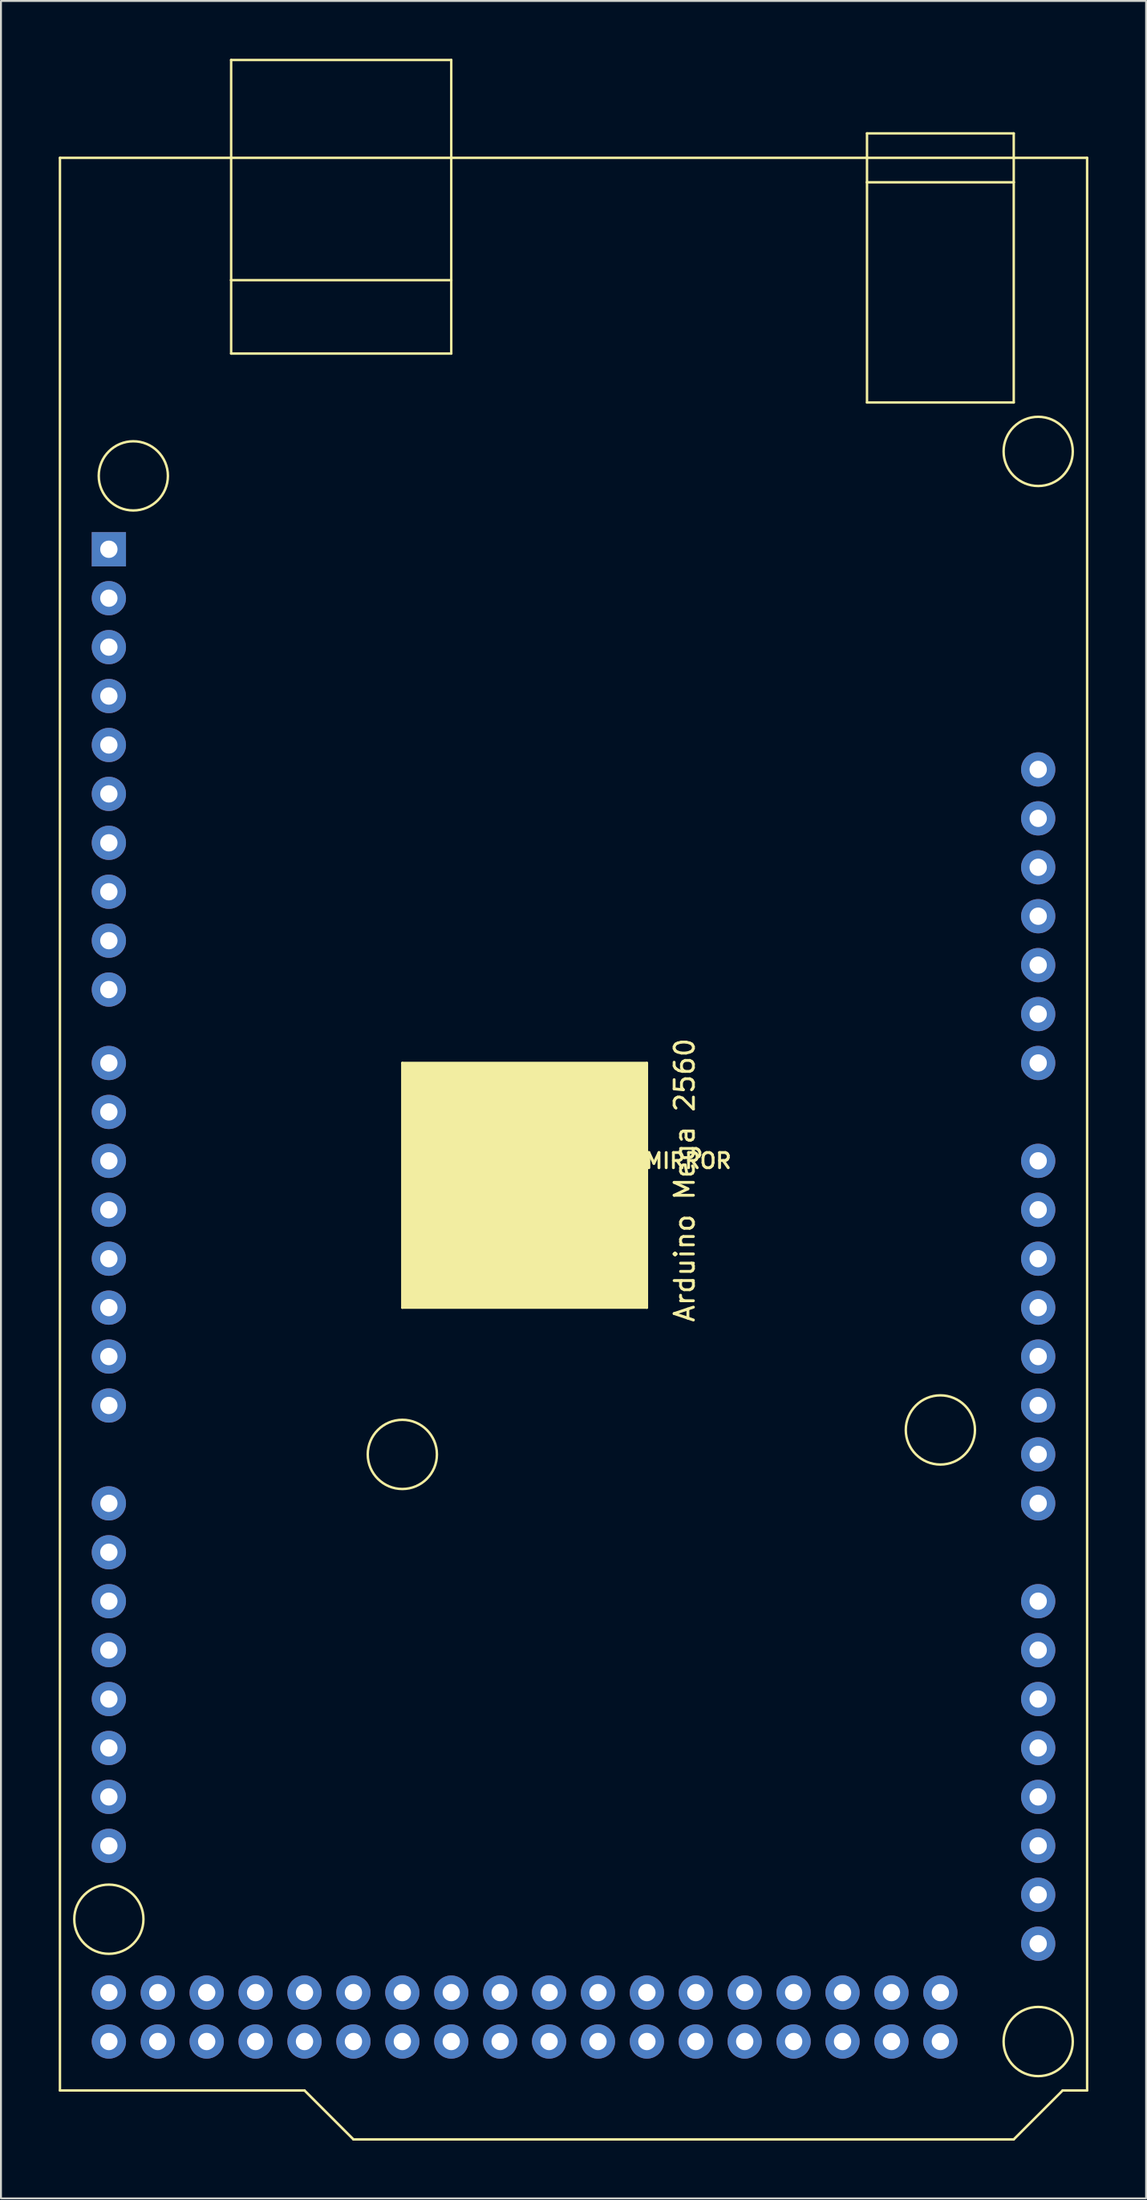
<source format=kicad_pcb>
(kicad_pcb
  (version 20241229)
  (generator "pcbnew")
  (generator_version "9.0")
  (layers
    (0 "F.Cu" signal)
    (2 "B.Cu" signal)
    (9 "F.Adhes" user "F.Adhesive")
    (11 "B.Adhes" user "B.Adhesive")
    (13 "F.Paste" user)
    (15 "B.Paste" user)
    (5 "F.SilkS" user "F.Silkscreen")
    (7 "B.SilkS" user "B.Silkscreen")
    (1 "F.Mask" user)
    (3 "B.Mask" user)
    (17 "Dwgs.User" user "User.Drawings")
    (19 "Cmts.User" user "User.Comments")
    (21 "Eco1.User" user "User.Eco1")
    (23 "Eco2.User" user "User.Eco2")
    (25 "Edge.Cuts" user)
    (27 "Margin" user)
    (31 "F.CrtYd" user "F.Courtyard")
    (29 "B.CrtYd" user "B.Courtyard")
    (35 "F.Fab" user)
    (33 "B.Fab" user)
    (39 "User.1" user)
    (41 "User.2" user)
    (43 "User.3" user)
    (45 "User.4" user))
  (footprint "ARDUINO_MEGA_MIRROR"
    (layer "F.Cu")
    (at 28.003 57.214)
    (property "Reference" "ARDUINO_MEGA_MIRROR" (at 0 0 0) (layer "F.SilkS") (effects (font (size 0.787 0.787) (thickness 0.15))))
    (attr through_hole)
    (fp_line (start -27.94 -52.07) (end -27.94 48.26) (stroke (width 0.127) (type solid)) (layer "F.SilkS"))
    (fp_line (start -27.94 -52.07) (end 25.4 -52.07) (stroke (width 0.127) (type solid)) (layer "F.SilkS"))
    (fp_line (start -27.94 48.26) (end -15.24 48.26) (stroke (width 0.127) (type solid)) (layer "F.SilkS"))
    (fp_line (start -19.05 -57.15) (end -7.62 -57.15) (stroke (width 0.127) (type solid)) (layer "F.SilkS"))
    (fp_line (start -19.05 -45.72) (end -19.05 -57.15) (stroke (width 0.127) (type solid)) (layer "F.SilkS"))
    (fp_line (start -19.05 -45.72) (end -7.62 -45.72) (stroke (width 0.127) (type solid)) (layer "F.SilkS"))
    (fp_line (start -19.05 -41.91) (end -19.05 -45.72) (stroke (width 0.127) (type solid)) (layer "F.SilkS"))
    (fp_line (start -15.24 48.26) (end -12.7 50.8) (stroke (width 0.127) (type solid)) (layer "F.SilkS"))
    (fp_line (start -12.7 50.8) (end 21.59 50.8) (stroke (width 0.127) (type solid)) (layer "F.SilkS"))
    (fp_line (start -10.16 -5.08) (end -10.16 7.62) (stroke (width 0.127) (type solid)) (layer "F.SilkS"))
    (fp_line (start -10.16 7.62) (end 2.54 7.62) (stroke (width 0.127) (type solid)) (layer "F.SilkS"))
    (fp_line (start -7.62 -57.15) (end -7.62 -45.72) (stroke (width 0.127) (type solid)) (layer "F.SilkS"))
    (fp_line (start -7.62 -45.72) (end -7.62 -41.91) (stroke (width 0.127) (type solid)) (layer "F.SilkS"))
    (fp_line (start -7.62 -41.91) (end -19.05 -41.91) (stroke (width 0.127) (type solid)) (layer "F.SilkS"))
    (fp_line (start 2.54 -5.08) (end -10.16 -5.08) (stroke (width 0.127) (type solid)) (layer "F.SilkS"))
    (fp_line (start 2.54 7.62) (end 2.54 -5.08) (stroke (width 0.127) (type solid)) (layer "F.SilkS"))
    (fp_line (start 13.97 -53.34) (end 21.59 -53.34) (stroke (width 0.127) (type solid)) (layer "F.SilkS"))
    (fp_line (start 13.97 -50.8) (end 13.97 -53.34) (stroke (width 0.127) (type solid)) (layer "F.SilkS"))
    (fp_line (start 13.97 -50.8) (end 21.59 -50.8) (stroke (width 0.127) (type solid)) (layer "F.SilkS"))
    (fp_line (start 13.97 -39.37) (end 13.97 -50.8) (stroke (width 0.127) (type solid)) (layer "F.SilkS"))
    (fp_line (start 21.59 -50.8) (end 21.59 -53.34) (stroke (width 0.127) (type solid)) (layer "F.SilkS"))
    (fp_line (start 21.59 -50.8) (end 21.59 -39.37) (stroke (width 0.127) (type solid)) (layer "F.SilkS"))
    (fp_line (start 21.59 -39.37) (end 13.97 -39.37) (stroke (width 0.127) (type solid)) (layer "F.SilkS"))
    (fp_line (start 24.13 48.26) (end 21.59 50.8) (stroke (width 0.127) (type solid)) (layer "F.SilkS"))
    (fp_line (start 25.4 -52.07) (end 25.4 48.26) (stroke (width 0.127) (type solid)) (layer "F.SilkS"))
    (fp_line (start 25.4 48.26) (end 24.13 48.26) (stroke (width 0.127) (type solid)) (layer "F.SilkS"))
    (fp_circle (center -25.4 39.37) (end -23.604 39.37) (stroke (width 0.127) (type solid)) (fill no) (layer "F.SilkS"))
    (fp_circle (center -24.13 -35.56) (end -22.334 -35.56) (stroke (width 0.127) (type solid)) (fill no) (layer "F.SilkS"))
    (fp_circle (center -10.16 15.24) (end -8.364 15.24) (stroke (width 0.127) (type solid)) (fill no) (layer "F.SilkS"))
    (fp_circle (center 17.78 13.97) (end 19.576 13.97) (stroke (width 0.127) (type solid)) (fill no) (layer "F.SilkS"))
    (fp_circle (center 22.86 -36.83) (end 24.656 -36.83) (stroke (width 0.127) (type solid)) (fill no) (layer "F.SilkS"))
    (fp_circle (center 22.86 45.72) (end 24.656 45.72) (stroke (width 0.127) (type solid)) (fill no) (layer "F.SilkS"))
    (fp_poly (pts (xy -10.16 -5.08) (xy 2.54 -5.08) (xy 2.54 7.62) (xy -10.16 7.62)) (stroke (width 0.01) (type solid)) (fill yes) (layer "F.SilkS"))
    (fp_text user "Arduino Mega 2560" (at 4.5 1 90) (layer "F.SilkS") (effects (font (size 1 1) (thickness 0.15))))
    (pad "3V3" thru_hole circle (at 22.86 -15.24) (size 1.778 1.778) (drill 0.9) (layers "*.Cu" "*.Mask"))
    (pad "5V@1" thru_hole circle (at 22.86 -12.7) (size 1.778 1.778) (drill 0.9) (layers "*.Cu" "*.Mask"))
    (pad "5V@2" thru_hole circle (at -25.4 43.18) (size 1.778 1.778) (drill 0.9) (layers "*.Cu" "*.Mask"))
    (pad "5V@3" thru_hole circle (at -25.4 45.72) (size 1.778 1.778) (drill 0.9) (layers "*.Cu" "*.Mask"))
    (pad "A0" thru_hole circle (at 22.86 0) (size 1.778 1.778) (drill 0.9) (layers "*.Cu" "*.Mask"))
    (pad "A1" thru_hole circle (at 22.86 2.54) (size 1.778 1.778) (drill 0.9) (layers "*.Cu" "*.Mask"))
    (pad "A2" thru_hole circle (at 22.86 5.08) (size 1.778 1.778) (drill 0.9) (layers "*.Cu" "*.Mask"))
    (pad "A3" thru_hole circle (at 22.86 7.62) (size 1.778 1.778) (drill 0.9) (layers "*.Cu" "*.Mask"))
    (pad "A4" thru_hole circle (at 22.86 10.16) (size 1.778 1.778) (drill 0.9) (layers "*.Cu" "*.Mask"))
    (pad "A5" thru_hole circle (at 22.86 12.7) (size 1.778 1.778) (drill 0.9) (layers "*.Cu" "*.Mask"))
    (pad "A6" thru_hole circle (at 22.86 15.24) (size 1.778 1.778) (drill 0.9) (layers "*.Cu" "*.Mask"))
    (pad "A7" thru_hole circle (at 22.86 17.78) (size 1.778 1.778) (drill 0.9) (layers "*.Cu" "*.Mask"))
    (pad "A8" thru_hole circle (at 22.86 22.86) (size 1.778 1.778) (drill 0.9) (layers "*.Cu" "*.Mask"))
    (pad "A9" thru_hole circle (at 22.86 25.4) (size 1.778 1.778) (drill 0.9) (layers "*.Cu" "*.Mask"))
    (pad "A10" thru_hole circle (at 22.86 27.94) (size 1.778 1.778) (drill 0.9) (layers "*.Cu" "*.Mask"))
    (pad "A11" thru_hole circle (at 22.86 30.48) (size 1.778 1.778) (drill 0.9) (layers "*.Cu" "*.Mask"))
    (pad "A12" thru_hole circle (at 22.86 33.02) (size 1.778 1.778) (drill 0.9) (layers "*.Cu" "*.Mask"))
    (pad "A13" thru_hole circle (at 22.86 35.56) (size 1.778 1.778) (drill 0.9) (layers "*.Cu" "*.Mask"))
    (pad "A14" thru_hole circle (at 22.86 38.1) (size 1.778 1.778) (drill 0.9) (layers "*.Cu" "*.Mask"))
    (pad "A15" thru_hole circle (at 22.86 40.64) (size 1.778 1.778) (drill 0.9) (layers "*.Cu" "*.Mask"))
    (pad "AREF" thru_hole circle (at -25.4 -26.67) (size 1.778 1.778) (drill 0.9) (layers "*.Cu" "*.Mask"))
    (pad "D0" thru_hole circle (at -25.4 12.7) (size 1.778 1.778) (drill 0.9) (layers "*.Cu" "*.Mask"))
    (pad "D1" thru_hole circle (at -25.4 10.16) (size 1.778 1.778) (drill 0.9) (layers "*.Cu" "*.Mask"))
    (pad "D2" thru_hole circle (at -25.4 7.62) (size 1.778 1.778) (drill 0.9) (layers "*.Cu" "*.Mask"))
    (pad "D3" thru_hole circle (at -25.4 5.08) (size 1.778 1.778) (drill 0.9) (layers "*.Cu" "*.Mask"))
    (pad "D4" thru_hole circle (at -25.4 2.54) (size 1.778 1.778) (drill 0.9) (layers "*.Cu" "*.Mask"))
    (pad "D5" thru_hole circle (at -25.4 0) (size 1.778 1.778) (drill 0.9) (layers "*.Cu" "*.Mask"))
    (pad "D6" thru_hole circle (at -25.4 -2.54) (size 1.778 1.778) (drill 0.9) (layers "*.Cu" "*.Mask"))
    (pad "D7" thru_hole circle (at -25.4 -5.08) (size 1.778 1.778) (drill 0.9) (layers "*.Cu" "*.Mask"))
    (pad "D8" thru_hole circle (at -25.4 -8.89) (size 1.778 1.778) (drill 0.9) (layers "*.Cu" "*.Mask"))
    (pad "D9" thru_hole circle (at -25.4 -11.43) (size 1.778 1.778) (drill 0.9) (layers "*.Cu" "*.Mask"))
    (pad "D10" thru_hole circle (at -25.4 -13.97) (size 1.778 1.778) (drill 0.9) (layers "*.Cu" "*.Mask"))
    (pad "D11" thru_hole circle (at -25.4 -16.51) (size 1.778 1.778) (drill 0.9) (layers "*.Cu" "*.Mask"))
    (pad "D12" thru_hole circle (at -25.4 -19.05) (size 1.778 1.778) (drill 0.9) (layers "*.Cu" "*.Mask"))
    (pad "D13" thru_hole circle (at -25.4 -21.59) (size 1.778 1.778) (drill 0.9) (layers "*.Cu" "*.Mask"))
    (pad "D14" thru_hole circle (at -25.4 17.78) (size 1.778 1.778) (drill 0.9) (layers "*.Cu" "*.Mask"))
    (pad "D15" thru_hole circle (at -25.4 20.32) (size 1.778 1.778) (drill 0.9) (layers "*.Cu" "*.Mask"))
    (pad "D16" thru_hole circle (at -25.4 22.86) (size 1.778 1.778) (drill 0.9) (layers "*.Cu" "*.Mask"))
    (pad "D17" thru_hole circle (at -25.4 25.4) (size 1.778 1.778) (drill 0.9) (layers "*.Cu" "*.Mask"))
    (pad "D18" thru_hole circle (at -25.4 27.94) (size 1.778 1.778) (drill 0.9) (layers "*.Cu" "*.Mask"))
    (pad "D19" thru_hole circle (at -25.4 30.48) (size 1.778 1.778) (drill 0.9) (layers "*.Cu" "*.Mask"))
    (pad "D20" thru_hole circle (at -25.4 33.02) (size 1.778 1.778) (drill 0.9) (layers "*.Cu" "*.Mask"))
    (pad "D21" thru_hole circle (at -25.4 35.56) (size 1.778 1.778) (drill 0.9) (layers "*.Cu" "*.Mask"))
    (pad "D22" thru_hole circle (at -22.86 43.18) (size 1.778 1.778) (drill 0.9) (layers "*.Cu" "*.Mask"))
    (pad "D23" thru_hole circle (at -22.86 45.72) (size 1.778 1.778) (drill 0.9) (layers "*.Cu" "*.Mask"))
    (pad "D24" thru_hole circle (at -20.32 43.18) (size 1.778 1.778) (drill 0.9) (layers "*.Cu" "*.Mask"))
    (pad "D25" thru_hole circle (at -20.32 45.72) (size 1.778 1.778) (drill 0.9) (layers "*.Cu" "*.Mask"))
    (pad "D26" thru_hole circle (at -17.78 43.18) (size 1.778 1.778) (drill 0.9) (layers "*.Cu" "*.Mask"))
    (pad "D27" thru_hole circle (at -17.78 45.72) (size 1.778 1.778) (drill 0.9) (layers "*.Cu" "*.Mask"))
    (pad "D28" thru_hole circle (at -15.24 43.18) (size 1.778 1.778) (drill 0.9) (layers "*.Cu" "*.Mask"))
    (pad "D29" thru_hole circle (at -15.24 45.72) (size 1.778 1.778) (drill 0.9) (layers "*.Cu" "*.Mask"))
    (pad "D30" thru_hole circle (at -12.7 43.18) (size 1.778 1.778) (drill 0.9) (layers "*.Cu" "*.Mask"))
    (pad "D31" thru_hole circle (at -12.7 45.72) (size 1.778 1.778) (drill 0.9) (layers "*.Cu" "*.Mask"))
    (pad "D32" thru_hole circle (at -10.16 43.18) (size 1.778 1.778) (drill 0.9) (layers "*.Cu" "*.Mask"))
    (pad "D33" thru_hole circle (at -10.16 45.72) (size 1.778 1.778) (drill 0.9) (layers "*.Cu" "*.Mask"))
    (pad "D34" thru_hole circle (at -7.62 43.18) (size 1.778 1.778) (drill 0.9) (layers "*.Cu" "*.Mask"))
    (pad "D35" thru_hole circle (at -7.62 45.72) (size 1.778 1.778) (drill 0.9) (layers "*.Cu" "*.Mask"))
    (pad "D36" thru_hole circle (at -5.08 43.18) (size 1.778 1.778) (drill 0.9) (layers "*.Cu" "*.Mask"))
    (pad "D37" thru_hole circle (at -5.08 45.72) (size 1.778 1.778) (drill 0.9) (layers "*.Cu" "*.Mask"))
    (pad "D38" thru_hole circle (at -2.54 43.18) (size 1.778 1.778) (drill 0.9) (layers "*.Cu" "*.Mask"))
    (pad "D39" thru_hole circle (at -2.54 45.72) (size 1.778 1.778) (drill 0.9) (layers "*.Cu" "*.Mask"))
    (pad "D40" thru_hole circle (at 0 43.18) (size 1.778 1.778) (drill 0.9) (layers "*.Cu" "*.Mask"))
    (pad "D41" thru_hole circle (at 0 45.72) (size 1.778 1.778) (drill 0.9) (layers "*.Cu" "*.Mask"))
    (pad "D42" thru_hole circle (at 2.54 43.18) (size 1.778 1.778) (drill 0.9) (layers "*.Cu" "*.Mask"))
    (pad "D43" thru_hole circle (at 2.54 45.72) (size 1.778 1.778) (drill 0.9) (layers "*.Cu" "*.Mask"))
    (pad "D44" thru_hole circle (at 5.08 43.18) (size 1.778 1.778) (drill 0.9) (layers "*.Cu" "*.Mask"))
    (pad "D45" thru_hole circle (at 5.08 45.72) (size 1.778 1.778) (drill 0.9) (layers "*.Cu" "*.Mask"))
    (pad "D46" thru_hole circle (at 7.62 43.18) (size 1.778 1.778) (drill 0.9) (layers "*.Cu" "*.Mask"))
    (pad "D47" thru_hole circle (at 7.62 45.72) (size 1.778 1.778) (drill 0.9) (layers "*.Cu" "*.Mask"))
    (pad "D48" thru_hole circle (at 10.16 43.18) (size 1.778 1.778) (drill 0.9) (layers "*.Cu" "*.Mask"))
    (pad "D49" thru_hole circle (at 10.16 45.72) (size 1.778 1.778) (drill 0.9) (layers "*.Cu" "*.Mask"))
    (pad "D50" thru_hole circle (at 12.7 43.18) (size 1.778 1.778) (drill 0.9) (layers "*.Cu" "*.Mask"))
    (pad "D51" thru_hole circle (at 12.7 45.72) (size 1.778 1.778) (drill 0.9) (layers "*.Cu" "*.Mask"))
    (pad "D52" thru_hole circle (at 15.24 43.18) (size 1.778 1.778) (drill 0.9) (layers "*.Cu" "*.Mask"))
    (pad "D53" thru_hole circle (at 15.24 45.72) (size 1.778 1.778) (drill 0.9) (layers "*.Cu" "*.Mask"))
    (pad "GND@1" thru_hole circle (at -25.4 -24.13) (size 1.778 1.778) (drill 0.9) (layers "*.Cu" "*.Mask"))
    (pad "GND@2" thru_hole circle (at 22.86 -7.62) (size 1.778 1.778) (drill 0.9) (layers "*.Cu" "*.Mask"))
    (pad "GND@3" thru_hole circle (at 22.86 -10.16) (size 1.778 1.778) (drill 0.9) (layers "*.Cu" "*.Mask"))
    (pad "GND@4" thru_hole circle (at 17.78 43.18) (size 1.778 1.778) (drill 0.9) (layers "*.Cu" "*.Mask"))
    (pad "GND@5" thru_hole circle (at 17.78 45.72) (size 1.778 1.778) (drill 0.9) (layers "*.Cu" "*.Mask"))
    (pad "IOREF" thru_hole circle (at 22.86 -20.32) (size 1.778 1.778) (drill 0.9) (layers "*.Cu" "*.Mask"))
    (pad "RESET" thru_hole circle (at 22.86 -17.78) (size 1.778 1.778) (drill 0.9) (layers "*.Cu" "*.Mask"))
    (pad "SCL" thru_hole rect (at -25.4 -31.75) (size 1.778 1.778) (drill 0.9) (layers "*.Cu" "*.Mask"))
    (pad "SDA" thru_hole circle (at -25.4 -29.21) (size 1.778 1.778) (drill 0.9) (layers "*.Cu" "*.Mask"))
    (pad "VIN" thru_hole circle (at 22.86 -5.08) (size 1.778 1.778) (drill 0.9) (layers "*.Cu" "*.Mask")))
  (gr_rect
    (start -3 -3)
    (end 56.467 111.077)
    (stroke (width 0.1) (type default))
    (fill no)
    (layer "Edge.Cuts")))
</source>
